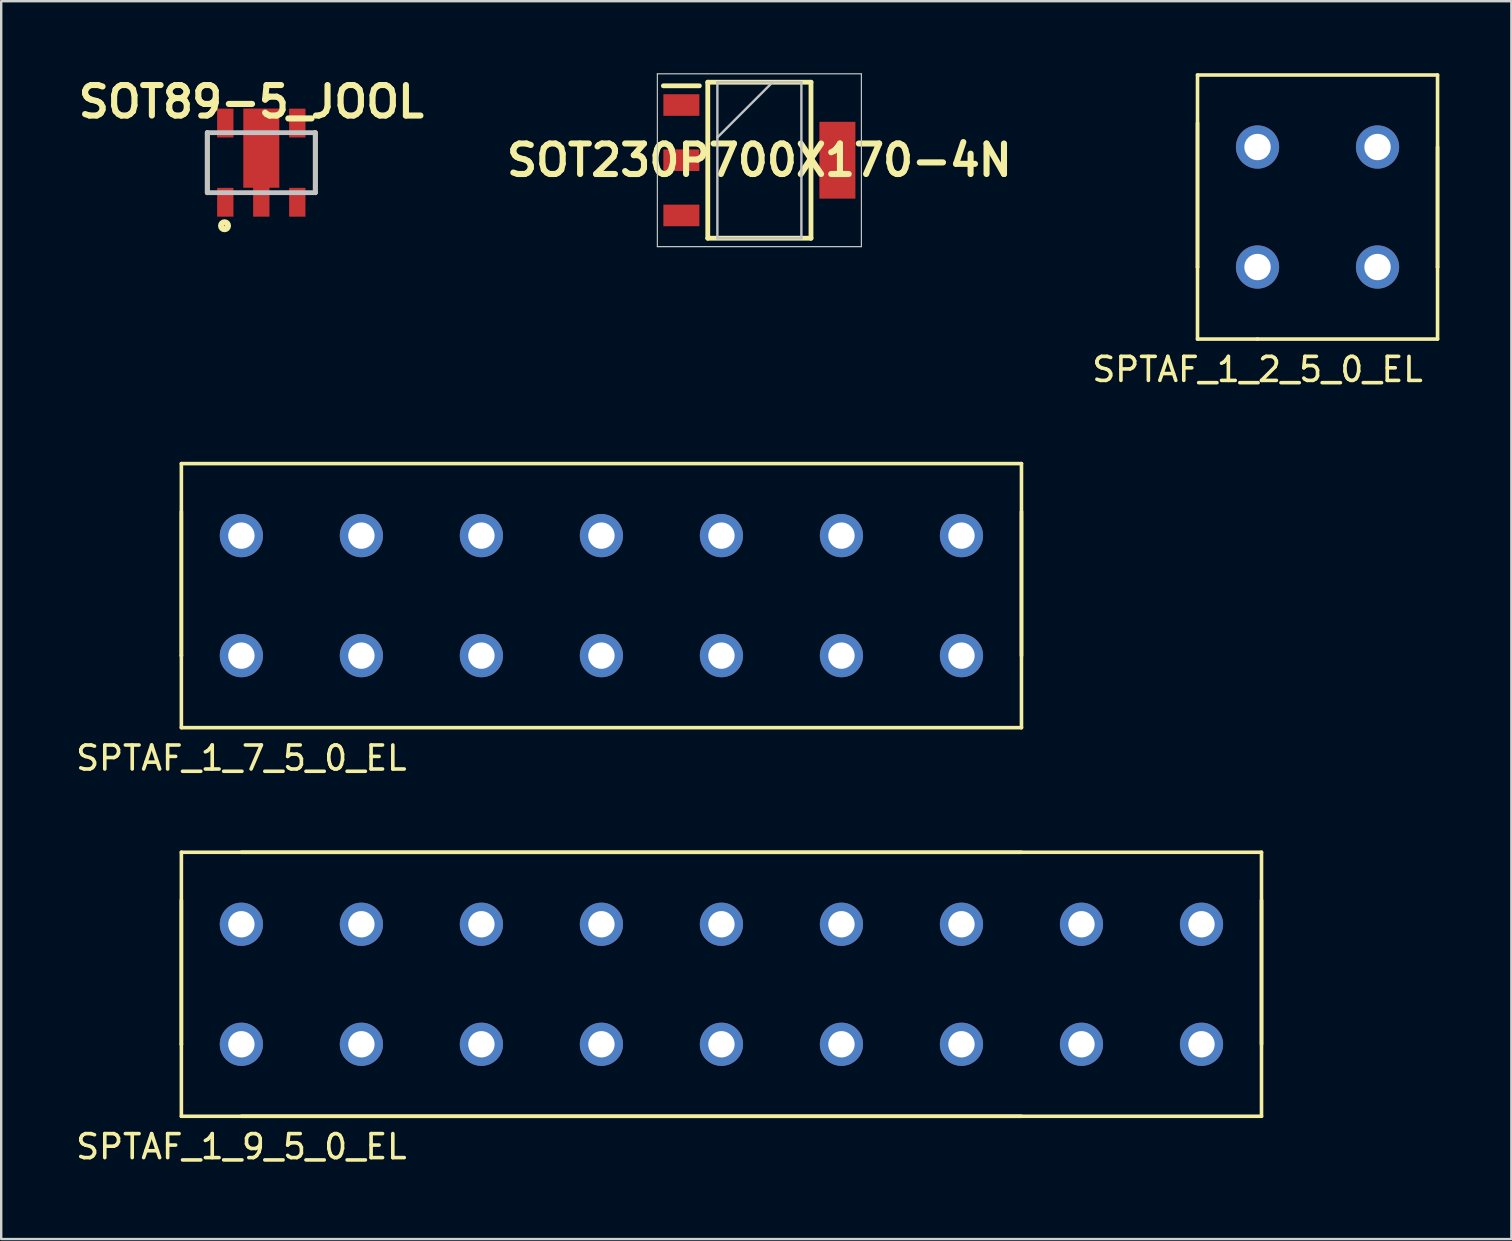
<source format=kicad_pcb>
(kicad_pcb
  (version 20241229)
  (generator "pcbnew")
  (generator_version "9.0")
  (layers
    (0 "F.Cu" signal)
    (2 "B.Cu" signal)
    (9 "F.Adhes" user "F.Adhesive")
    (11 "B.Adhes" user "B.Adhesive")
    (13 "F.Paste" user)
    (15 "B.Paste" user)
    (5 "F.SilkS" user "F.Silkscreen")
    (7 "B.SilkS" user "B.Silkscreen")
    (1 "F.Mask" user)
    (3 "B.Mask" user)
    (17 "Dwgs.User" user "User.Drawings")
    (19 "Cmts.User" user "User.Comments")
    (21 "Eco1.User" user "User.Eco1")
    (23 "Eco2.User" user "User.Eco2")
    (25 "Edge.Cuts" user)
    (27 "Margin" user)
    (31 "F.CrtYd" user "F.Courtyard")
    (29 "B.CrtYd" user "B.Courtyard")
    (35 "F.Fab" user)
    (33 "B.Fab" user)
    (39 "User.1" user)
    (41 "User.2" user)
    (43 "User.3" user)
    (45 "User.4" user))
  (footprint "SPTAF_1_7_5_0_EL"
    (layer "F.Cu")
    (at 7.006 24.265)
    (property "Reference" "SPTAF_1_7_5_0_EL" (at 0 4.267 0) (layer "F.SilkS") (effects (font (size 1 1) (thickness 0.15))))
    (attr through_hole)
    (fp_line (start -2.5 -8) (end 32.5 -8) (stroke (width 0.15) (type solid)) (layer "F.SilkS"))
    (fp_line (start -2.5 0) (end -2.5 -8) (stroke (width 0.15) (type solid)) (layer "F.SilkS"))
    (fp_line (start -2.5 0) (end -2.5 -6) (stroke (width 0.15) (type solid)) (layer "F.SilkS"))
    (fp_line (start -2.5 0) (end -2.5 3) (stroke (width 0.15) (type solid)) (layer "F.SilkS"))
    (fp_line (start -2.5 3) (end 32.5 3) (stroke (width 0.15) (type solid)) (layer "F.SilkS"))
    (fp_line (start 32.5 -8) (end 32.5 0) (stroke (width 0.15) (type solid)) (layer "F.SilkS"))
    (fp_line (start 32.5 3) (end 32.5 -6) (stroke (width 0.15) (type solid)) (layer "F.SilkS"))
    (pad "1" thru_hole circle (at 0 -5) (size 1.8 1.8) (drill 1.1) (layers "*.Cu" "*.Mask"))
    (pad "1" thru_hole circle (at 0 0) (size 1.8 1.8) (drill 1.1) (layers "*.Cu" "*.Mask"))
    (pad "2" thru_hole circle (at 5 -5) (size 1.8 1.8) (drill 1.1) (layers "*.Cu" "*.Mask"))
    (pad "2" thru_hole circle (at 5 0) (size 1.8 1.8) (drill 1.1) (layers "*.Cu" "*.Mask"))
    (pad "3" thru_hole circle (at 10 -5) (size 1.8 1.8) (drill 1.1) (layers "*.Cu" "*.Mask"))
    (pad "3" thru_hole circle (at 10 0) (size 1.8 1.8) (drill 1.1) (layers "*.Cu" "*.Mask"))
    (pad "4" thru_hole circle (at 15 -5) (size 1.8 1.8) (drill 1.1) (layers "*.Cu" "*.Mask"))
    (pad "4" thru_hole circle (at 15 0) (size 1.8 1.8) (drill 1.1) (layers "*.Cu" "*.Mask"))
    (pad "5" thru_hole circle (at 20 -5) (size 1.8 1.8) (drill 1.1) (layers "*.Cu" "*.Mask"))
    (pad "5" thru_hole circle (at 20 0) (size 1.8 1.8) (drill 1.1) (layers "*.Cu" "*.Mask"))
    (pad "6" thru_hole circle (at 25 -5) (size 1.8 1.8) (drill 1.1) (layers "*.Cu" "*.Mask"))
    (pad "6" thru_hole circle (at 25 0) (size 1.8 1.8) (drill 1.1) (layers "*.Cu" "*.Mask"))
    (pad "7" thru_hole circle (at 30 -5) (size 1.8 1.8) (drill 1.1) (layers "*.Cu" "*.Mask"))
    (pad "7" thru_hole circle (at 30 0) (size 1.8 1.8) (drill 1.1) (layers "*.Cu" "*.Mask")))
  (footprint "SPTAF_1_9_5_0_EL"
    (layer "F.Cu")
    (at 7.006 40.456)
    (property "Reference" "SPTAF_1_9_5_0_EL" (at 0 4.267 0) (layer "F.SilkS") (effects (font (size 1 1) (thickness 0.15))))
    (attr through_hole)
    (fp_line (start -2.5 -8) (end 32.5 -8) (stroke (width 0.15) (type solid)) (layer "F.SilkS"))
    (fp_line (start -2.5 0) (end -2.5 -8) (stroke (width 0.15) (type solid)) (layer "F.SilkS"))
    (fp_line (start -2.5 0) (end -2.5 -6) (stroke (width 0.15) (type solid)) (layer "F.SilkS"))
    (fp_line (start -2.5 0) (end -2.5 3) (stroke (width 0.15) (type solid)) (layer "F.SilkS"))
    (fp_line (start -2.5 3) (end 32.5 3) (stroke (width 0.15) (type solid)) (layer "F.SilkS"))
    (fp_line (start 0 -8) (end 42.5 -8) (stroke (width 0.15) (type solid)) (layer "F.SilkS"))
    (fp_line (start 42.5 -8) (end 42.5 0) (stroke (width 0.15) (type solid)) (layer "F.SilkS"))
    (fp_line (start 42.5 3) (end 0 3) (stroke (width 0.15) (type solid)) (layer "F.SilkS"))
    (fp_line (start 42.5 3) (end 42.5 -6) (stroke (width 0.15) (type solid)) (layer "F.SilkS"))
    (pad "1" thru_hole circle (at 0 -5) (size 1.8 1.8) (drill 1.1) (layers "*.Cu" "*.Mask"))
    (pad "1" thru_hole circle (at 0 0) (size 1.8 1.8) (drill 1.1) (layers "*.Cu" "*.Mask"))
    (pad "2" thru_hole circle (at 5 -5) (size 1.8 1.8) (drill 1.1) (layers "*.Cu" "*.Mask"))
    (pad "2" thru_hole circle (at 5 0) (size 1.8 1.8) (drill 1.1) (layers "*.Cu" "*.Mask"))
    (pad "3" thru_hole circle (at 10 -5) (size 1.8 1.8) (drill 1.1) (layers "*.Cu" "*.Mask"))
    (pad "3" thru_hole circle (at 10 0) (size 1.8 1.8) (drill 1.1) (layers "*.Cu" "*.Mask"))
    (pad "4" thru_hole circle (at 15 -5) (size 1.8 1.8) (drill 1.1) (layers "*.Cu" "*.Mask"))
    (pad "4" thru_hole circle (at 15 0) (size 1.8 1.8) (drill 1.1) (layers "*.Cu" "*.Mask"))
    (pad "5" thru_hole circle (at 20 -5) (size 1.8 1.8) (drill 1.1) (layers "*.Cu" "*.Mask"))
    (pad "5" thru_hole circle (at 20 0) (size 1.8 1.8) (drill 1.1) (layers "*.Cu" "*.Mask"))
    (pad "6" thru_hole circle (at 25 -5) (size 1.8 1.8) (drill 1.1) (layers "*.Cu" "*.Mask"))
    (pad "6" thru_hole circle (at 25 0) (size 1.8 1.8) (drill 1.1) (layers "*.Cu" "*.Mask"))
    (pad "7" thru_hole circle (at 30 -5) (size 1.8 1.8) (drill 1.1) (layers "*.Cu" "*.Mask"))
    (pad "7" thru_hole circle (at 30 0) (size 1.8 1.8) (drill 1.1) (layers "*.Cu" "*.Mask"))
    (pad "8" thru_hole circle (at 35 -5) (size 1.8 1.8) (drill 1.1) (layers "*.Cu" "*.Mask"))
    (pad "8" thru_hole circle (at 35 0) (size 1.8 1.8) (drill 1.1) (layers "*.Cu" "*.Mask"))
    (pad "9" thru_hole circle (at 40 -5) (size 1.8 1.8) (drill 1.1) (layers "*.Cu" "*.Mask"))
    (pad "9" thru_hole circle (at 40 0) (size 1.8 1.8) (drill 1.1) (layers "*.Cu" "*.Mask")))
  (footprint "SPTAF_1_2_5_0_EL"
    (layer "F.Cu")
    (at 49.34 8.075)
    (property "Reference" "SPTAF_1_2_5_0_EL" (at 0 4.267 0) (layer "F.SilkS") (effects (font (size 1 1) (thickness 0.15))))
    (attr through_hole)
    (fp_line (start -2.5 -8) (end 7.5 -8) (stroke (width 0.15) (type solid)) (layer "F.SilkS"))
    (fp_line (start -2.5 0) (end -2.5 -8) (stroke (width 0.15) (type solid)) (layer "F.SilkS"))
    (fp_line (start -2.5 0) (end -2.5 -6) (stroke (width 0.15) (type solid)) (layer "F.SilkS"))
    (fp_line (start -2.5 0) (end -2.5 3) (stroke (width 0.15) (type solid)) (layer "F.SilkS"))
    (fp_line (start 0 3) (end -2.5 3) (stroke (width 0.15) (type solid)) (layer "F.SilkS"))
    (fp_line (start 0 3) (end 7.5 3) (stroke (width 0.15) (type solid)) (layer "F.SilkS"))
    (fp_line (start 7.5 -8) (end 7.5 0) (stroke (width 0.15) (type solid)) (layer "F.SilkS"))
    (fp_line (start 7.5 -5) (end 7.5 0) (stroke (width 0.15) (type solid)) (layer "F.SilkS"))
    (fp_line (start 7.5 3) (end 7.5 0) (stroke (width 0.15) (type solid)) (layer "F.SilkS"))
    (pad "1" thru_hole circle (at 0 -5) (size 1.8 1.8) (drill 1.1) (layers "*.Cu" "*.Mask"))
    (pad "1" thru_hole circle (at 0 0) (size 1.8 1.8) (drill 1.1) (layers "*.Cu" "*.Mask"))
    (pad "2" thru_hole circle (at 5 -5) (size 1.8 1.8) (drill 1.1) (layers "*.Cu" "*.Mask"))
    (pad "2" thru_hole circle (at 5 0) (size 1.8 1.8) (drill 1.1) (layers "*.Cu" "*.Mask")))
  (footprint "SOT230P700X170-4N"
    (layer "F.Cu")
    (at 28.587 3.625)
    (property "Reference" "SOT230P700X170-4N" (at 0 0 0) (layer "F.SilkS") (effects (font (size 1.27 1.27) (thickness 0.254))))
    (attr smd)
    (fp_line (start -4 -3.1) (end -2.5 -3.1) (stroke (width 0.2) (type solid)) (layer "F.SilkS"))
    (fp_line (start -2.15 -3.25) (end 2.15 -3.25) (stroke (width 0.2) (type solid)) (layer "F.SilkS"))
    (fp_line (start -2.15 3.25) (end -2.15 -3.25) (stroke (width 0.2) (type solid)) (layer "F.SilkS"))
    (fp_line (start 2.15 -3.25) (end 2.15 3.25) (stroke (width 0.2) (type solid)) (layer "F.SilkS"))
    (fp_line (start 2.15 3.25) (end -2.15 3.25) (stroke (width 0.2) (type solid)) (layer "F.SilkS"))
    (fp_line (start -4.25 -3.6) (end 4.25 -3.6) (stroke (width 0.05) (type solid)) (layer "Dwgs.User"))
    (fp_line (start -4.25 3.6) (end -4.25 -3.6) (stroke (width 0.05) (type solid)) (layer "Dwgs.User"))
    (fp_line (start -1.75 -3.25) (end 1.75 -3.25) (stroke (width 0.1) (type solid)) (layer "Dwgs.User"))
    (fp_line (start -1.75 -0.95) (end 0.55 -3.25) (stroke (width 0.1) (type solid)) (layer "Dwgs.User"))
    (fp_line (start -1.75 3.25) (end -1.75 -3.25) (stroke (width 0.1) (type solid)) (layer "Dwgs.User"))
    (fp_line (start 1.75 -3.25) (end 1.75 3.25) (stroke (width 0.1) (type solid)) (layer "Dwgs.User"))
    (fp_line (start 1.75 3.25) (end -1.75 3.25) (stroke (width 0.1) (type solid)) (layer "Dwgs.User"))
    (fp_line (start 4.25 -3.6) (end 4.25 3.6) (stroke (width 0.05) (type solid)) (layer "Dwgs.User"))
    (fp_line (start 4.25 3.6) (end -4.25 3.6) (stroke (width 0.05) (type solid)) (layer "Dwgs.User"))
    (pad "1" smd rect (at -3.25 -2.3 90) (size 0.9 1.5) (layers "F.Cu" "F.Mask" "F.Paste"))
    (pad "2" smd rect (at -3.25 0 90) (size 0.9 1.5) (layers "F.Cu" "F.Mask" "F.Paste"))
    (pad "3" smd rect (at -3.25 2.3 90) (size 0.9 1.5) (layers "F.Cu" "F.Mask" "F.Paste"))
    (pad "4" smd rect (at 3.25 0) (size 1.5 3.2) (layers "F.Cu" "F.Mask" "F.Paste")))
  (footprint "SOT89-5_JOOL"
    (layer "F.Cu")
    (at 7.836 3.727)
    (property "Reference" "SOT89-5_JOOL" (at -0.416 -2.538 0) (layer "F.SilkS") (effects (font (size 1.27 1.27) (thickness 0.254))))
    (attr smd)
    (fp_line (start -2.25 1.25) (end -2.25 -1.25) (stroke (width 0.2) (type solid)) (layer "F.SilkS"))
    (fp_line (start 2.25 -1.25) (end 2.25 1.25) (stroke (width 0.2) (type solid)) (layer "F.SilkS"))
    (fp_circle (center -1.532 2.628) (end -1.549 2.628) (stroke (width 0.254) (type solid)) (fill no) (layer "F.SilkS"))
    (fp_line (start -2.25 -1.25) (end 2.25 -1.25) (stroke (width 0.2) (type solid)) (layer "Dwgs.User"))
    (fp_line (start -2.25 1.25) (end -2.25 -1.25) (stroke (width 0.2) (type solid)) (layer "Dwgs.User"))
    (fp_line (start 2.25 -1.25) (end 2.25 1.25) (stroke (width 0.2) (type solid)) (layer "Dwgs.User"))
    (fp_line (start 2.25 1.25) (end -2.25 1.25) (stroke (width 0.2) (type solid)) (layer "Dwgs.User"))
    (pad "1" smd rect (at -1.5 1.65) (size 0.68 1.2) (layers "F.Cu" "F.Mask" "F.Paste"))
    (pad "2" smd rect (at 0 -0.605) (size 1.5 3.3) (layers "F.Cu" "F.Mask" "F.Paste"))
    (pad "2" smd rect (at 0 1.55) (size 0.68 1.4) (layers "F.Cu" "F.Mask" "F.Paste"))
    (pad "3" smd rect (at 1.5 1.65) (size 0.68 1.2) (layers "F.Cu" "F.Mask" "F.Paste"))
    (pad "4" smd rect (at 1.5 -1.65) (size 0.68 1.2) (layers "F.Cu" "F.Mask" "F.Paste"))
    (pad "5" smd rect (at -1.5 -1.65) (size 0.68 1.2) (layers "F.Cu" "F.Mask" "F.Paste")))
  (gr_rect
    (start -3 -3)
    (end 59.915 48.571)
    (stroke (width 0.1) (type default))
    (fill no)
    (layer "Edge.Cuts")))
</source>
